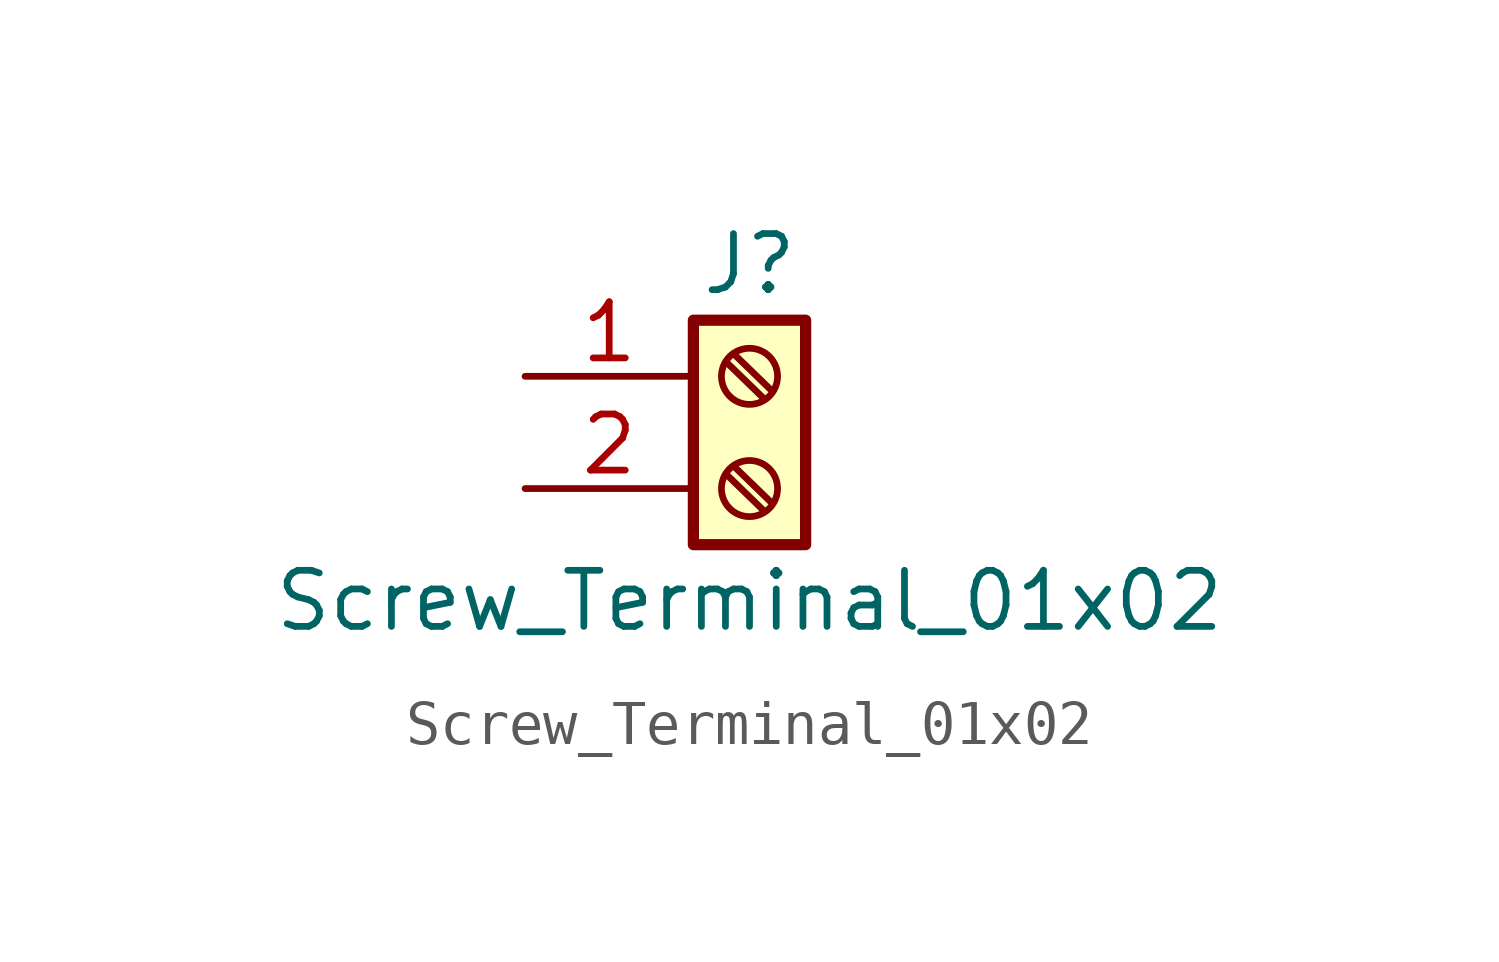
<source format=kicad_sym>
(kicad_symbol_lib
  (version 20220914)
  (generator kicad_symbol_editor)
  (symbol "Screw_Terminal_01x02"
    (pin_names
      (offset 1.016) hide)
    (property "Reference" "J"
      (at 0 2.54 0)
      (effects (font (size 1.27 1.27))))
    (property "Value" "Screw_Terminal_01x02"
      (at 0 -5.08 0)
      (effects (font (size 1.27 1.27))))
    (symbol "Screw_Terminal_01x02_1_1"
      (rectangle (start -1.27 1.27) (end 1.27 -3.81) (stroke (width 0.254) (type default)) (fill (type background)))
      (circle (center 0 -2.54) (radius 0.635) (stroke (width 0.152) (type default)) (fill (type none)))
      (polyline (pts (xy -0.533 -2.21) (xy 0.33 -3.048)) (stroke (width 0.152) (type default)) (fill (type none)))
      (polyline (pts (xy -0.533 0.33) (xy 0.33 -0.508)) (stroke (width 0.152) (type default)) (fill (type none)))
      (polyline (pts (xy -0.356 -2.032) (xy 0.508 -2.87)) (stroke (width 0.152) (type default)) (fill (type none)))
      (polyline (pts (xy -0.356 0.508) (xy 0.508 -0.33)) (stroke (width 0.152) (type default)) (fill (type none)))
      (circle (center 0 0) (radius 0.635) (stroke (width 0.152) (type default)) (fill (type none)))
      (pin power_out line (at -5.08 0 0) (length 3.81) (name "Pin_1" (effects (font (size 1.27 1.27)))) (number "1" (effects (font (size 1.27 1.27)))))
      (pin power_out line (at -5.08 -2.54 0) (length 3.81) (name "Pin_2" (effects (font (size 1.27 1.27)))) (number "2" (effects (font (size 1.27 1.27))))))))
</source>
